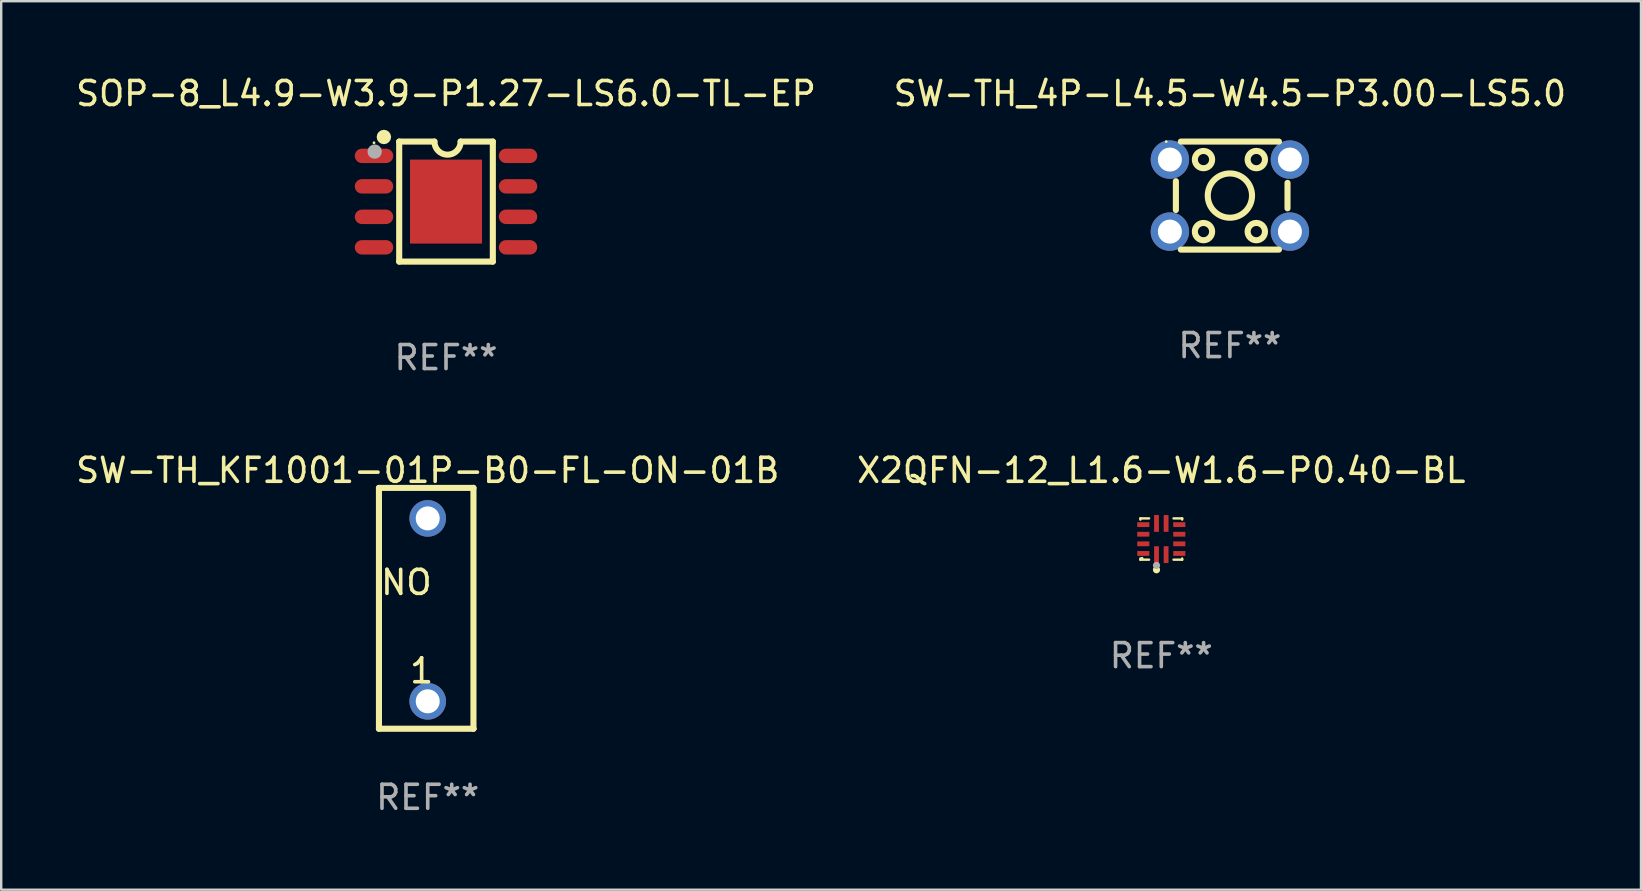
<source format=kicad_pcb>
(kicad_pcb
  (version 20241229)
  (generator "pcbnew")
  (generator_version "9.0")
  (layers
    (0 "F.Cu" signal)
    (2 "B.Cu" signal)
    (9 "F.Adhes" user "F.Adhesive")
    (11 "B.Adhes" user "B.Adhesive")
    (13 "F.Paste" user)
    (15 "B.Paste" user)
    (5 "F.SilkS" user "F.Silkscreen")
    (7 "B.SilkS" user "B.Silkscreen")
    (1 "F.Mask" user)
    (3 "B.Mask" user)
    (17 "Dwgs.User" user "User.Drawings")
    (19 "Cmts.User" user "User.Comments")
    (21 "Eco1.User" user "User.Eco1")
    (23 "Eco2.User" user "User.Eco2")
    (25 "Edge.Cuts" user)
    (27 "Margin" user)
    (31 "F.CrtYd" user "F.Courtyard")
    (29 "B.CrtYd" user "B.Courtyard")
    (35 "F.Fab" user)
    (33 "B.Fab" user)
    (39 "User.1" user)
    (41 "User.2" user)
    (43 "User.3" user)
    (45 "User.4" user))
  (footprint "SW-TH_4P-L4.5-W4.5-P3.00-LS5.0"
    (layer "F.Cu")
    (at 48.185 5.098)
    (property "Reference" "SW-TH_4P-L4.5-W4.5-P3.00-LS5.0" (at 0 -4.25 0) (layer "F.SilkS") (effects (font (size 1 1) (thickness 0.15))))
    (attr through_hole)
    (fp_line (start -2.25 0.599) (end -2.25 -0.599) (stroke (width 0.254) (type solid)) (layer "F.SilkS"))
    (fp_line (start -2.044 -2.25) (end 2.044 -2.25) (stroke (width 0.254) (type solid)) (layer "F.SilkS"))
    (fp_line (start 2.043 2.25) (end -2.044 2.25) (stroke (width 0.254) (type solid)) (layer "F.SilkS"))
    (fp_line (start 2.4 -0.53) (end 2.4 0.53) (stroke (width 0.254) (type solid)) (layer "F.SilkS"))
    (fp_circle (center -2.653 -2.25) (end -2.623 -2.25) (stroke (width 0.06) (type solid)) (fill no) (layer "F.SilkS"))
    (fp_circle (center -1.1 -1.5) (end -0.74 -1.5) (stroke (width 0.254) (type solid)) (fill no) (layer "F.SilkS"))
    (fp_circle (center -1.1 1.5) (end -0.74 1.5) (stroke (width 0.254) (type solid)) (fill no) (layer "F.SilkS"))
    (fp_circle (center -0.000127 -0.000127) (end 0.922 -0.000127) (stroke (width 0.254) (type solid)) (fill no) (layer "F.SilkS"))
    (fp_circle (center 1.1 -1.5) (end 1.461 -1.5) (stroke (width 0.254) (type solid)) (fill no) (layer "F.SilkS"))
    (fp_circle (center 1.1 1.5) (end 1.461 1.5) (stroke (width 0.254) (type solid)) (fill no) (layer "F.SilkS"))
    (fp_text user "REF**" (at 0 6.25 0) (layer "F.Fab") (effects (font (size 1 1) (thickness 0.15))))
    (pad "1" thru_hole circle (at -2.5 -1.5) (size 1.6 1.6) (drill 1) (layers "*.Cu" "*.Mask"))
    (pad "1" thru_hole circle (at 2.5 -1.5) (size 1.6 1.6) (drill 1) (layers "*.Cu" "*.Mask"))
    (pad "2" thru_hole circle (at -2.5 1.5) (size 1.6 1.6) (drill 1) (layers "*.Cu" "*.Mask"))
    (pad "2" thru_hole circle (at 2.5 1.5) (size 1.6 1.6) (drill 1) (layers "*.Cu" "*.Mask")))
  (footprint "SOP-8_L4.9-W3.9-P1.27-LS6.0-TL-EP"
    (layer "F.Cu")
    (at 15.53 5.348)
    (property "Reference" "SOP-8_L4.9-W3.9-P1.27-LS6.0-TL-EP" (at 0 -4.5 0) (layer "F.SilkS") (effects (font (size 1 1) (thickness 0.15))))
    (attr through_hole)
    (fp_line (start -1.95 -2.5) (end -0.483 -2.5) (stroke (width 0.254) (type solid)) (layer "F.SilkS"))
    (fp_line (start -1.95 2.5) (end -1.95 -2.5) (stroke (width 0.254) (type solid)) (layer "F.SilkS"))
    (fp_line (start -1.95 2.5) (end 1.95 2.5) (stroke (width 0.254) (type solid)) (layer "F.SilkS"))
    (fp_line (start 1.95 -2.5) (end 0.609 -2.5) (stroke (width 0.254) (type solid)) (layer "F.SilkS"))
    (fp_line (start 1.95 2.5) (end 1.95 -2.5) (stroke (width 0.254) (type solid)) (layer "F.SilkS"))
    (fp_arc (start -2.438532 -2.689942) (mid -2.738551 -2.691422) (end -2.438529 -2.692063) (stroke (width 0.3) (type solid)) (layer "F.SilkS"))
    (fp_arc (start 0.609474 -2.500076) (mid 0.06369 -1.953658) (end -0.482728 -2.499442) (stroke (width 0.254001) (type solid)) (layer "F.SilkS"))
    (fp_circle (center -3 -2.45) (end -2.97 -2.45) (stroke (width 0.06) (type solid)) (fill no) (layer "F.SilkS"))
    (fp_circle (center -2.972 -2.083) (end -2.822 -2.083) (stroke (width 0.3) (type solid)) (fill no) (layer "F.Fab"))
    (fp_text user "REF**" (at 0 6.5 0) (layer "F.Fab") (effects (font (size 1 1) (thickness 0.15))))
    (pad "1" smd oval (at -3 -1.905) (size 1.6 0.6) (layers "F.Cu" "F.Mask" "F.Paste"))
    (pad "2" smd oval (at -3 -0.635) (size 1.6 0.6) (layers "F.Cu" "F.Mask" "F.Paste"))
    (pad "3" smd oval (at -3 0.635) (size 1.6 0.6) (layers "F.Cu" "F.Mask" "F.Paste"))
    (pad "4" smd oval (at -3 1.905) (size 1.6 0.6) (layers "F.Cu" "F.Mask" "F.Paste"))
    (pad "5" smd oval (at 3 1.905) (size 1.6 0.6) (layers "F.Cu" "F.Mask" "F.Paste"))
    (pad "6" smd oval (at 3 0.635) (size 1.6 0.6) (layers "F.Cu" "F.Mask" "F.Paste"))
    (pad "7" smd oval (at 3 -0.635) (size 1.6 0.6) (layers "F.Cu" "F.Mask" "F.Paste"))
    (pad "8" smd oval (at 3 -1.905) (size 1.6 0.6) (layers "F.Cu" "F.Mask" "F.Paste"))
    (pad "9" smd rect (at 0 0) (size 3 3.5) (layers "F.Cu" "F.Mask" "F.Paste")))
  (footprint "X2QFN-12_L1.6-W1.6-P0.40-BL"
    (layer "F.Cu")
    (at 45.327 19.405)
    (property "Reference" "X2QFN-12_L1.6-W1.6-P0.40-BL" (at 0 -2.86 0) (layer "F.SilkS") (effects (font (size 1 1) (thickness 0.15))))
    (attr through_hole)
    (fp_line (start -0.87 0.86) (end -0.87 0.81) (stroke (width 0.1) (type solid)) (layer "F.SilkS"))
    (fp_line (start -0.87 -0.86) (end -0.87 -0.81) (stroke (width 0.1) (type solid)) (layer "F.SilkS"))
    (fp_line (start -0.87 -0.86) (end -0.51 -0.86) (stroke (width 0.1) (type solid)) (layer "F.SilkS"))
    (fp_line (start -0.87 0.86) (end -0.51 0.86) (stroke (width 0.1) (type solid)) (layer "F.SilkS"))
    (fp_line (start 0.87 -0.86) (end 0.51 -0.86) (stroke (width 0.1) (type solid)) (layer "F.SilkS"))
    (fp_line (start 0.87 0.86) (end 0.51 0.86) (stroke (width 0.1) (type solid)) (layer "F.SilkS"))
    (fp_line (start 0.87 0.86) (end 0.87 0.81) (stroke (width 0.1) (type solid)) (layer "F.SilkS"))
    (fp_line (start 0.87 -0.86) (end 0.87 -0.81) (stroke (width 0.1) (type solid)) (layer "F.SilkS"))
    (fp_circle (center -0.8 0.8) (end -0.77 0.8) (stroke (width 0.06) (type solid)) (fill no) (layer "F.SilkS"))
    (fp_circle (center -0.2 1.28) (end -0.125 1.28) (stroke (width 0.15) (type solid)) (fill no) (layer "F.SilkS"))
    (fp_circle (center -0.2 1.1) (end -0.125 1.1) (stroke (width 0.15) (type solid)) (fill no) (layer "F.Fab"))
    (fp_text user "REF**" (at 0 4.86 0) (layer "F.Fab") (effects (font (size 1 1) (thickness 0.15))))
    (pad "1" smd rect (at -0.2 0.65) (size 0.2 0.7) (layers "F.Cu" "F.Mask" "F.Paste"))
    (pad "2" smd rect (at 0.2 0.65) (size 0.2 0.7) (layers "F.Cu" "F.Mask" "F.Paste"))
    (pad "3" smd rect (at 0.75 0.6) (size 0.505 0.2) (layers "F.Cu" "F.Mask" "F.Paste"))
    (pad "4" smd rect (at 0.75 0.2) (size 0.505 0.2) (layers "F.Cu" "F.Mask" "F.Paste"))
    (pad "5" smd rect (at 0.75 -0.2) (size 0.505 0.2) (layers "F.Cu" "F.Mask" "F.Paste"))
    (pad "6" smd rect (at 0.75 -0.6) (size 0.505 0.2) (layers "F.Cu" "F.Mask" "F.Paste"))
    (pad "7" smd rect (at 0.2 -0.65) (size 0.2 0.7) (layers "F.Cu" "F.Mask" "F.Paste"))
    (pad "8" smd rect (at -0.2 -0.65) (size 0.2 0.7) (layers "F.Cu" "F.Mask" "F.Paste"))
    (pad "9" smd rect (at -0.75 -0.6) (size 0.505 0.2) (layers "F.Cu" "F.Mask" "F.Paste"))
    (pad "10" smd rect (at -0.75 -0.2) (size 0.505 0.2) (layers "F.Cu" "F.Mask" "F.Paste"))
    (pad "11" smd rect (at -0.75 0.2) (size 0.505 0.2) (layers "F.Cu" "F.Mask" "F.Paste"))
    (pad "12" smd rect (at -0.75 0.6) (size 0.505 0.2) (layers "F.Cu" "F.Mask" "F.Paste")))
  (footprint "SW-TH_KF1001-01P-B0-FL-ON-01B"
    (layer "F.Cu")
    (at 14.768 22.355)
    (property "Reference" "SW-TH_KF1001-01P-B0-FL-ON-01B" (at 0 -5.81 0) (layer "F.SilkS") (effects (font (size 1 1) (thickness 0.15))))
    (attr through_hole)
    (fp_line (start -2.032 -5.08) (end -2.032 4.953) (stroke (width 0.254) (type solid)) (layer "F.SilkS"))
    (fp_line (start -2.032 4.953) (end 1.905 4.953) (stroke (width 0.254) (type solid)) (layer "F.SilkS"))
    (fp_line (start 1.905 -5.08) (end -2.032 -5.08) (stroke (width 0.254) (type solid)) (layer "F.SilkS"))
    (fp_line (start 1.905 4.953) (end 1.905 -5.08) (stroke (width 0.254) (type solid)) (layer "F.SilkS"))
    (fp_circle (center 1.98 4.95) (end 2.01 4.95) (stroke (width 0.06) (type solid)) (fill no) (layer "F.SilkS"))
    (fp_text user "1" (at -0.254 2.54 0) (layer "F.SilkS") (effects (font (size 1 1) (thickness 0.15))))
    (fp_text user "NO" (at -0.889 -1.143 0) (layer "F.SilkS") (effects (font (size 1 1) (thickness 0.15))))
    (fp_text user "REF**" (at 0 7.81 0) (layer "F.Fab") (effects (font (size 1 1) (thickness 0.15))))
    (pad "1" thru_hole circle (at 0 3.81) (size 1.524 1.524) (drill 1) (layers "*.Cu" "*.Mask"))
    (pad "2" thru_hole circle (at 0 -3.81) (size 1.524 1.524) (drill 1) (layers "*.Cu" "*.Mask")))
  (gr_rect
    (start -3 -3)
    (end 65.31 34.013)
    (stroke (width 0.1) (type default))
    (fill no)
    (layer "Edge.Cuts")))
</source>
